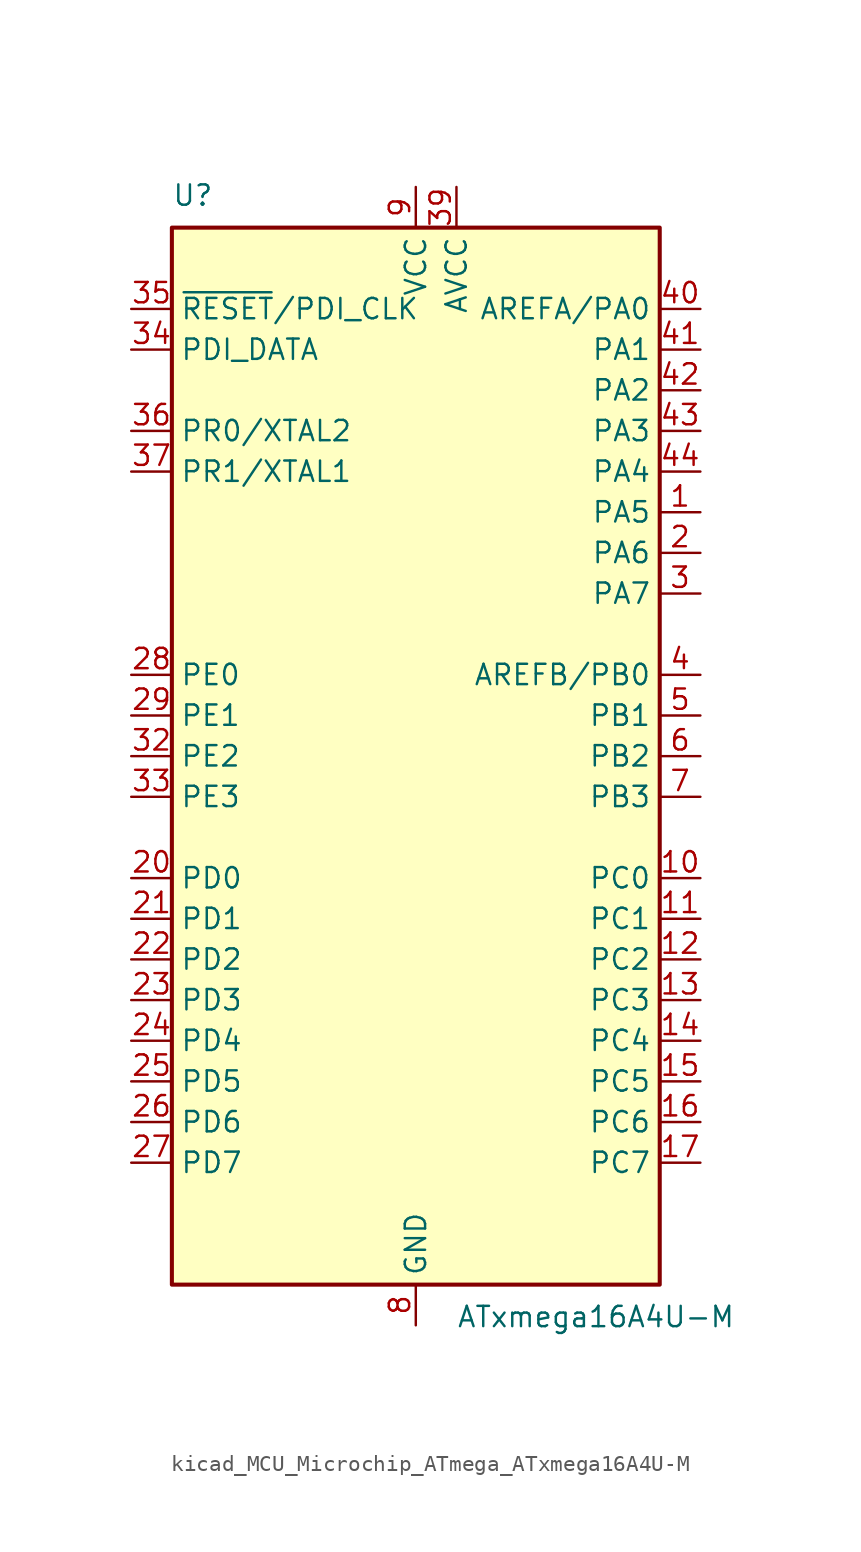
<source format=kicad_sym>
(kicad_symbol_lib
  (version 20220914)
  (generator kicad_symbol_editor)
  (symbol "kicad_MCU_Microchip_ATmega_ATxmega16A4U-M"
    (property "Reference" "U"
      (at -15.24 34.29 0)
      (effects (font (size 1.27 1.27)) (justify left bottom)))
    (property "Value" "ATxmega16A4U-M"
      (at 2.54 -34.29 0)
      (effects (font (size 1.27 1.27)) (justify left top)))
    (symbol "kicad_MCU_Microchip_ATmega_ATxmega16A4U-M_0_1"
      (rectangle (start -15.24 -33.02) (end 15.24 33.02) (stroke (width 0.254) (type default)) (fill (type background))))
    (symbol "kicad_MCU_Microchip_ATmega_ATxmega16A4U-M_1_1"
      (pin bidirectional line (at 17.78 15.24 180) (length 2.54) (name "PA5" (effects (font (size 1.27 1.27)))) (number "1" (effects (font (size 1.27 1.27)))))
      (pin bidirectional line (at 17.78 -7.62 180) (length 2.54) (name "PC0" (effects (font (size 1.27 1.27)))) (number "10" (effects (font (size 1.27 1.27)))))
      (pin bidirectional line (at 17.78 -10.16 180) (length 2.54) (name "PC1" (effects (font (size 1.27 1.27)))) (number "11" (effects (font (size 1.27 1.27)))))
      (pin bidirectional line (at 17.78 -12.7 180) (length 2.54) (name "PC2" (effects (font (size 1.27 1.27)))) (number "12" (effects (font (size 1.27 1.27)))))
      (pin bidirectional line (at 17.78 -15.24 180) (length 2.54) (name "PC3" (effects (font (size 1.27 1.27)))) (number "13" (effects (font (size 1.27 1.27)))))
      (pin bidirectional line (at 17.78 -17.78 180) (length 2.54) (name "PC4" (effects (font (size 1.27 1.27)))) (number "14" (effects (font (size 1.27 1.27)))))
      (pin bidirectional line (at 17.78 -20.32 180) (length 2.54) (name "PC5" (effects (font (size 1.27 1.27)))) (number "15" (effects (font (size 1.27 1.27)))))
      (pin bidirectional line (at 17.78 -22.86 180) (length 2.54) (name "PC6" (effects (font (size 1.27 1.27)))) (number "16" (effects (font (size 1.27 1.27)))))
      (pin bidirectional line (at 17.78 -25.4 180) (length 2.54) (name "PC7" (effects (font (size 1.27 1.27)))) (number "17" (effects (font (size 1.27 1.27)))))
      (pin passive line (at 0 -35.56 90) (length 2.54) hide (name "GND" (effects (font (size 1.27 1.27)))) (number "18" (effects (font (size 1.27 1.27)))))
      (pin passive line (at 0 35.56 270) (length 2.54) hide (name "VCC" (effects (font (size 1.27 1.27)))) (number "19" (effects (font (size 1.27 1.27)))))
      (pin bidirectional line (at 17.78 12.7 180) (length 2.54) (name "PA6" (effects (font (size 1.27 1.27)))) (number "2" (effects (font (size 1.27 1.27)))))
      (pin bidirectional line (at -17.78 -7.62 0) (length 2.54) (name "PD0" (effects (font (size 1.27 1.27)))) (number "20" (effects (font (size 1.27 1.27)))))
      (pin bidirectional line (at -17.78 -10.16 0) (length 2.54) (name "PD1" (effects (font (size 1.27 1.27)))) (number "21" (effects (font (size 1.27 1.27)))))
      (pin bidirectional line (at -17.78 -12.7 0) (length 2.54) (name "PD2" (effects (font (size 1.27 1.27)))) (number "22" (effects (font (size 1.27 1.27)))))
      (pin bidirectional line (at -17.78 -15.24 0) (length 2.54) (name "PD3" (effects (font (size 1.27 1.27)))) (number "23" (effects (font (size 1.27 1.27)))))
      (pin bidirectional line (at -17.78 -17.78 0) (length 2.54) (name "PD4" (effects (font (size 1.27 1.27)))) (number "24" (effects (font (size 1.27 1.27)))))
      (pin bidirectional line (at -17.78 -20.32 0) (length 2.54) (name "PD5" (effects (font (size 1.27 1.27)))) (number "25" (effects (font (size 1.27 1.27)))))
      (pin bidirectional line (at -17.78 -22.86 0) (length 2.54) (name "PD6" (effects (font (size 1.27 1.27)))) (number "26" (effects (font (size 1.27 1.27)))))
      (pin bidirectional line (at -17.78 -25.4 0) (length 2.54) (name "PD7" (effects (font (size 1.27 1.27)))) (number "27" (effects (font (size 1.27 1.27)))))
      (pin bidirectional line (at -17.78 5.08 0) (length 2.54) (name "PE0" (effects (font (size 1.27 1.27)))) (number "28" (effects (font (size 1.27 1.27)))))
      (pin bidirectional line (at -17.78 2.54 0) (length 2.54) (name "PE1" (effects (font (size 1.27 1.27)))) (number "29" (effects (font (size 1.27 1.27)))))
      (pin bidirectional line (at 17.78 10.16 180) (length 2.54) (name "PA7" (effects (font (size 1.27 1.27)))) (number "3" (effects (font (size 1.27 1.27)))))
      (pin passive line (at 0 -35.56 90) (length 2.54) hide (name "GND" (effects (font (size 1.27 1.27)))) (number "30" (effects (font (size 1.27 1.27)))))
      (pin passive line (at 0 35.56 270) (length 2.54) hide (name "VCC" (effects (font (size 1.27 1.27)))) (number "31" (effects (font (size 1.27 1.27)))))
      (pin bidirectional line (at -17.78 0 0) (length 2.54) (name "PE2" (effects (font (size 1.27 1.27)))) (number "32" (effects (font (size 1.27 1.27)))))
      (pin bidirectional line (at -17.78 -2.54 0) (length 2.54) (name "PE3" (effects (font (size 1.27 1.27)))) (number "33" (effects (font (size 1.27 1.27)))))
      (pin bidirectional line (at -17.78 25.4 0) (length 2.54) (name "PDI_DATA" (effects (font (size 1.27 1.27)))) (number "34" (effects (font (size 1.27 1.27)))))
      (pin input line (at -17.78 27.94 0) (length 2.54) (name "~{RESET}/PDI_CLK" (effects (font (size 1.27 1.27)))) (number "35" (effects (font (size 1.27 1.27)))))
      (pin bidirectional line (at -17.78 20.32 0) (length 2.54) (name "PR0/XTAL2" (effects (font (size 1.27 1.27)))) (number "36" (effects (font (size 1.27 1.27)))))
      (pin bidirectional line (at -17.78 17.78 0) (length 2.54) (name "PR1/XTAL1" (effects (font (size 1.27 1.27)))) (number "37" (effects (font (size 1.27 1.27)))))
      (pin passive line (at 0 -35.56 90) (length 2.54) hide (name "GND" (effects (font (size 1.27 1.27)))) (number "38" (effects (font (size 1.27 1.27)))))
      (pin power_in line (at 2.54 35.56 270) (length 2.54) (name "AVCC" (effects (font (size 1.27 1.27)))) (number "39" (effects (font (size 1.27 1.27)))))
      (pin bidirectional line (at 17.78 5.08 180) (length 2.54) (name "AREFB/PB0" (effects (font (size 1.27 1.27)))) (number "4" (effects (font (size 1.27 1.27)))))
      (pin bidirectional line (at 17.78 27.94 180) (length 2.54) (name "AREFA/PA0" (effects (font (size 1.27 1.27)))) (number "40" (effects (font (size 1.27 1.27)))))
      (pin bidirectional line (at 17.78 25.4 180) (length 2.54) (name "PA1" (effects (font (size 1.27 1.27)))) (number "41" (effects (font (size 1.27 1.27)))))
      (pin bidirectional line (at 17.78 22.86 180) (length 2.54) (name "PA2" (effects (font (size 1.27 1.27)))) (number "42" (effects (font (size 1.27 1.27)))))
      (pin bidirectional line (at 17.78 20.32 180) (length 2.54) (name "PA3" (effects (font (size 1.27 1.27)))) (number "43" (effects (font (size 1.27 1.27)))))
      (pin bidirectional line (at 17.78 17.78 180) (length 2.54) (name "PA4" (effects (font (size 1.27 1.27)))) (number "44" (effects (font (size 1.27 1.27)))))
      (pin passive line (at 0 -35.56 90) (length 2.54) hide (name "GND" (effects (font (size 1.27 1.27)))) (number "45" (effects (font (size 1.27 1.27)))))
      (pin bidirectional line (at 17.78 2.54 180) (length 2.54) (name "PB1" (effects (font (size 1.27 1.27)))) (number "5" (effects (font (size 1.27 1.27)))))
      (pin bidirectional line (at 17.78 0 180) (length 2.54) (name "PB2" (effects (font (size 1.27 1.27)))) (number "6" (effects (font (size 1.27 1.27)))))
      (pin bidirectional line (at 17.78 -2.54 180) (length 2.54) (name "PB3" (effects (font (size 1.27 1.27)))) (number "7" (effects (font (size 1.27 1.27)))))
      (pin power_in line (at 0 -35.56 90) (length 2.54) (name "GND" (effects (font (size 1.27 1.27)))) (number "8" (effects (font (size 1.27 1.27)))))
      (pin power_in line (at 0 35.56 270) (length 2.54) (name "VCC" (effects (font (size 1.27 1.27)))) (number "9" (effects (font (size 1.27 1.27))))))))
</source>
